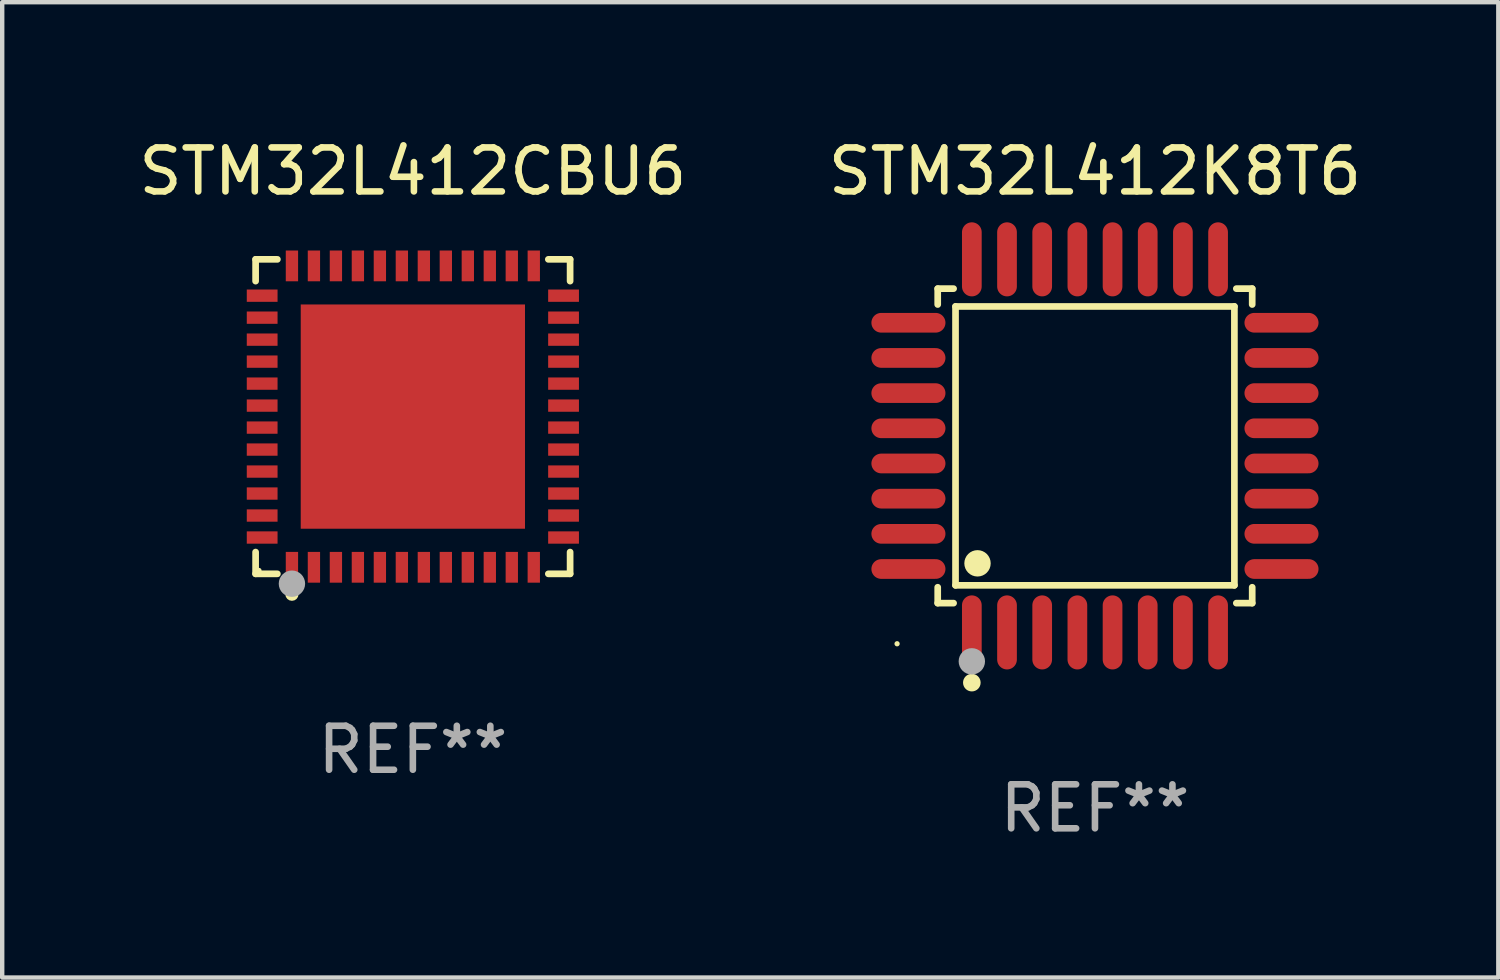
<source format=kicad_pcb>
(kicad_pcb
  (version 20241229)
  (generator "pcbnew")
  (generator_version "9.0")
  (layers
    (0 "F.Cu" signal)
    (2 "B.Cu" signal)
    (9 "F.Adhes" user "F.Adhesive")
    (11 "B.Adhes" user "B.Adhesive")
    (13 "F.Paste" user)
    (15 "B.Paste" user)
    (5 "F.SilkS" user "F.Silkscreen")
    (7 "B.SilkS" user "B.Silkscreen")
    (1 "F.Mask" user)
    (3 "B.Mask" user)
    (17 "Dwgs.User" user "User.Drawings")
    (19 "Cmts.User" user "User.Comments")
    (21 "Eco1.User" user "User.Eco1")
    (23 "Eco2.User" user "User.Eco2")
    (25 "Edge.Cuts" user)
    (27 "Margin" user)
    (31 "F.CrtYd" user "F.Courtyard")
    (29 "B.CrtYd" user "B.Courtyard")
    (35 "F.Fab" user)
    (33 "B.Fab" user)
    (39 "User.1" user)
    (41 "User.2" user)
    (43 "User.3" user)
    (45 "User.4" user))
  (footprint "STM32L412CBU6"
    (layer "F.Cu")
    (at 6.339 6.424)
    (property "Reference" "STM32L412CBU6" (at 0 -5.576 0) (layer "F.SilkS") (effects (font (size 1 1) (thickness 0.15))))
    (attr through_hole)
    (fp_line (start -3.576 -3.576) (end -3.081 -3.576) (stroke (width 0.152) (type solid)) (layer "F.SilkS"))
    (fp_line (start -3.576 -3.081) (end -3.576 -3.576) (stroke (width 0.152) (type solid)) (layer "F.SilkS"))
    (fp_line (start -3.576 3.081) (end -3.576 3.576) (stroke (width 0.152) (type solid)) (layer "F.SilkS"))
    (fp_line (start -3.576 3.576) (end -3.081 3.576) (stroke (width 0.152) (type solid)) (layer "F.SilkS"))
    (fp_line (start 3.576 -3.576) (end 3.081 -3.576) (stroke (width 0.152) (type solid)) (layer "F.SilkS"))
    (fp_line (start 3.576 -3.081) (end 3.576 -3.576) (stroke (width 0.152) (type solid)) (layer "F.SilkS"))
    (fp_line (start 3.576 3.081) (end 3.576 3.576) (stroke (width 0.152) (type solid)) (layer "F.SilkS"))
    (fp_line (start 3.576 3.576) (end 3.081 3.576) (stroke (width 0.152) (type solid)) (layer "F.SilkS"))
    (fp_circle (center -3.5 3.5) (end -3.47 3.5) (stroke (width 0.06) (type solid)) (fill no) (layer "F.SilkS"))
    (fp_circle (center -2.75 4.04) (end -2.675 4.04) (stroke (width 0.15) (type solid)) (fill no) (layer "F.SilkS"))
    (fp_circle (center -2.75 3.8) (end -2.6 3.8) (stroke (width 0.3) (type solid)) (fill no) (layer "F.Fab"))
    (fp_text user "REF**" (at 0 7.576 0) (layer "F.Fab") (effects (font (size 1 1) (thickness 0.15))))
    (pad "1" smd rect (at -2.75 3.427) (size 0.28 0.7) (layers "F.Cu" "F.Mask" "F.Paste"))
    (pad "2" smd rect (at -2.25 3.427) (size 0.28 0.7) (layers "F.Cu" "F.Mask" "F.Paste"))
    (pad "3" smd rect (at -1.75 3.427) (size 0.28 0.7) (layers "F.Cu" "F.Mask" "F.Paste"))
    (pad "4" smd rect (at -1.25 3.427) (size 0.28 0.7) (layers "F.Cu" "F.Mask" "F.Paste"))
    (pad "5" smd rect (at -0.75 3.427) (size 0.28 0.7) (layers "F.Cu" "F.Mask" "F.Paste"))
    (pad "6" smd rect (at -0.25 3.427) (size 0.28 0.7) (layers "F.Cu" "F.Mask" "F.Paste"))
    (pad "7" smd rect (at 0.25 3.427) (size 0.28 0.7) (layers "F.Cu" "F.Mask" "F.Paste"))
    (pad "8" smd rect (at 0.75 3.427) (size 0.28 0.7) (layers "F.Cu" "F.Mask" "F.Paste"))
    (pad "9" smd rect (at 1.25 3.427) (size 0.28 0.7) (layers "F.Cu" "F.Mask" "F.Paste"))
    (pad "10" smd rect (at 1.75 3.427) (size 0.28 0.7) (layers "F.Cu" "F.Mask" "F.Paste"))
    (pad "11" smd rect (at 2.25 3.427) (size 0.28 0.7) (layers "F.Cu" "F.Mask" "F.Paste"))
    (pad "12" smd rect (at 2.75 3.427) (size 0.28 0.7) (layers "F.Cu" "F.Mask" "F.Paste"))
    (pad "13" smd rect (at 3.427 2.75) (size 0.7 0.28) (layers "F.Cu" "F.Mask" "F.Paste"))
    (pad "14" smd rect (at 3.427 2.25) (size 0.7 0.28) (layers "F.Cu" "F.Mask" "F.Paste"))
    (pad "15" smd rect (at 3.427 1.75) (size 0.7 0.28) (layers "F.Cu" "F.Mask" "F.Paste"))
    (pad "16" smd rect (at 3.427 1.25) (size 0.7 0.28) (layers "F.Cu" "F.Mask" "F.Paste"))
    (pad "17" smd rect (at 3.427 0.75) (size 0.7 0.28) (layers "F.Cu" "F.Mask" "F.Paste"))
    (pad "18" smd rect (at 3.427 0.25) (size 0.7 0.28) (layers "F.Cu" "F.Mask" "F.Paste"))
    (pad "19" smd rect (at 3.427 -0.25) (size 0.7 0.28) (layers "F.Cu" "F.Mask" "F.Paste"))
    (pad "20" smd rect (at 3.427 -0.75) (size 0.7 0.28) (layers "F.Cu" "F.Mask" "F.Paste"))
    (pad "21" smd rect (at 3.427 -1.25) (size 0.7 0.28) (layers "F.Cu" "F.Mask" "F.Paste"))
    (pad "22" smd rect (at 3.427 -1.75) (size 0.7 0.28) (layers "F.Cu" "F.Mask" "F.Paste"))
    (pad "23" smd rect (at 3.427 -2.25) (size 0.7 0.28) (layers "F.Cu" "F.Mask" "F.Paste"))
    (pad "24" smd rect (at 3.427 -2.75) (size 0.7 0.28) (layers "F.Cu" "F.Mask" "F.Paste"))
    (pad "25" smd rect (at 2.75 -3.427) (size 0.28 0.7) (layers "F.Cu" "F.Mask" "F.Paste"))
    (pad "26" smd rect (at 2.25 -3.427) (size 0.28 0.7) (layers "F.Cu" "F.Mask" "F.Paste"))
    (pad "27" smd rect (at 1.75 -3.427) (size 0.28 0.7) (layers "F.Cu" "F.Mask" "F.Paste"))
    (pad "28" smd rect (at 1.25 -3.427) (size 0.28 0.7) (layers "F.Cu" "F.Mask" "F.Paste"))
    (pad "29" smd rect (at 0.75 -3.427) (size 0.28 0.7) (layers "F.Cu" "F.Mask" "F.Paste"))
    (pad "30" smd rect (at 0.25 -3.427) (size 0.28 0.7) (layers "F.Cu" "F.Mask" "F.Paste"))
    (pad "31" smd rect (at -0.25 -3.427) (size 0.28 0.7) (layers "F.Cu" "F.Mask" "F.Paste"))
    (pad "32" smd rect (at -0.75 -3.427) (size 0.28 0.7) (layers "F.Cu" "F.Mask" "F.Paste"))
    (pad "33" smd rect (at -1.25 -3.427) (size 0.28 0.7) (layers "F.Cu" "F.Mask" "F.Paste"))
    (pad "34" smd rect (at -1.75 -3.427) (size 0.28 0.7) (layers "F.Cu" "F.Mask" "F.Paste"))
    (pad "35" smd rect (at -2.25 -3.427) (size 0.28 0.7) (layers "F.Cu" "F.Mask" "F.Paste"))
    (pad "36" smd rect (at -2.75 -3.427) (size 0.28 0.7) (layers "F.Cu" "F.Mask" "F.Paste"))
    (pad "37" smd rect (at -3.427 -2.75) (size 0.7 0.28) (layers "F.Cu" "F.Mask" "F.Paste"))
    (pad "38" smd rect (at -3.427 -2.25) (size 0.7 0.28) (layers "F.Cu" "F.Mask" "F.Paste"))
    (pad "39" smd rect (at -3.427 -1.75) (size 0.7 0.28) (layers "F.Cu" "F.Mask" "F.Paste"))
    (pad "40" smd rect (at -3.427 -1.25) (size 0.7 0.28) (layers "F.Cu" "F.Mask" "F.Paste"))
    (pad "41" smd rect (at -3.427 -0.75) (size 0.7 0.28) (layers "F.Cu" "F.Mask" "F.Paste"))
    (pad "42" smd rect (at -3.427 -0.25) (size 0.7 0.28) (layers "F.Cu" "F.Mask" "F.Paste"))
    (pad "43" smd rect (at -3.427 0.25) (size 0.7 0.28) (layers "F.Cu" "F.Mask" "F.Paste"))
    (pad "44" smd rect (at -3.427 0.75) (size 0.7 0.28) (layers "F.Cu" "F.Mask" "F.Paste"))
    (pad "45" smd rect (at -3.427 1.25) (size 0.7 0.28) (layers "F.Cu" "F.Mask" "F.Paste"))
    (pad "46" smd rect (at -3.427 1.75) (size 0.7 0.28) (layers "F.Cu" "F.Mask" "F.Paste"))
    (pad "47" smd rect (at -3.427 2.25) (size 0.7 0.28) (layers "F.Cu" "F.Mask" "F.Paste"))
    (pad "48" smd rect (at -3.427 2.75) (size 0.7 0.28) (layers "F.Cu" "F.Mask" "F.Paste"))
    (pad "49" smd rect (at 0 0) (size 5.1 5.1) (layers "F.Cu" "F.Mask" "F.Paste")))
  (footprint "STM32L412K8T6"
    (layer "F.Cu")
    (at 21.851 7.09)
    (property "Reference" "STM32L412K8T6" (at 0 -6.242 0) (layer "F.SilkS") (effects (font (size 1 1) (thickness 0.15))))
    (attr through_hole)
    (fp_line (start -3.576 -3.576) (end -3.215 -3.576) (stroke (width 0.152) (type solid)) (layer "F.SilkS"))
    (fp_line (start -3.576 -3.215) (end -3.576 -3.576) (stroke (width 0.152) (type solid)) (layer "F.SilkS"))
    (fp_line (start -3.576 3.215) (end -3.576 3.576) (stroke (width 0.152) (type solid)) (layer "F.SilkS"))
    (fp_line (start -3.576 3.576) (end -3.215 3.576) (stroke (width 0.152) (type solid)) (layer "F.SilkS"))
    (fp_line (start -3.171 -3.171) (end 3.171 -3.171) (stroke (width 0.152) (type solid)) (layer "F.SilkS"))
    (fp_line (start -3.171 3.171) (end -3.171 -3.171) (stroke (width 0.152) (type solid)) (layer "F.SilkS"))
    (fp_line (start 3.171 -3.171) (end 3.171 3.171) (stroke (width 0.152) (type solid)) (layer "F.SilkS"))
    (fp_line (start 3.171 3.171) (end -3.171 3.171) (stroke (width 0.152) (type solid)) (layer "F.SilkS"))
    (fp_line (start 3.576 -3.576) (end 3.215 -3.576) (stroke (width 0.152) (type solid)) (layer "F.SilkS"))
    (fp_line (start 3.576 -3.215) (end 3.576 -3.576) (stroke (width 0.152) (type solid)) (layer "F.SilkS"))
    (fp_line (start 3.576 3.215) (end 3.576 3.576) (stroke (width 0.152) (type solid)) (layer "F.SilkS"))
    (fp_line (start 3.576 3.576) (end 3.215 3.576) (stroke (width 0.152) (type solid)) (layer "F.SilkS"))
    (fp_circle (center -4.5 4.5) (end -4.47 4.5) (stroke (width 0.06) (type solid)) (fill no) (layer "F.SilkS"))
    (fp_circle (center -2.8 5.384) (end -2.7 5.384) (stroke (width 0.2) (type solid)) (fill no) (layer "F.SilkS"))
    (fp_circle (center -2.671 2.671) (end -2.521 2.671) (stroke (width 0.3) (type solid)) (fill no) (layer "F.SilkS"))
    (fp_circle (center -2.8 4.9) (end -2.65 4.9) (stroke (width 0.3) (type solid)) (fill no) (layer "F.Fab"))
    (fp_text user "REF**" (at 0 8.242 0) (layer "F.Fab") (effects (font (size 1 1) (thickness 0.15))))
    (pad "1" smd oval (at -2.8 4.242) (size 0.448 1.684) (layers "F.Cu" "F.Mask" "F.Paste"))
    (pad "2" smd oval (at -2 4.242) (size 0.448 1.684) (layers "F.Cu" "F.Mask" "F.Paste"))
    (pad "3" smd oval (at -1.2 4.242) (size 0.448 1.684) (layers "F.Cu" "F.Mask" "F.Paste"))
    (pad "4" smd oval (at -0.4 4.242) (size 0.448 1.684) (layers "F.Cu" "F.Mask" "F.Paste"))
    (pad "5" smd oval (at 0.4 4.242) (size 0.448 1.684) (layers "F.Cu" "F.Mask" "F.Paste"))
    (pad "6" smd oval (at 1.2 4.242) (size 0.448 1.684) (layers "F.Cu" "F.Mask" "F.Paste"))
    (pad "7" smd oval (at 2 4.242) (size 0.448 1.684) (layers "F.Cu" "F.Mask" "F.Paste"))
    (pad "8" smd oval (at 2.8 4.242) (size 0.448 1.684) (layers "F.Cu" "F.Mask" "F.Paste"))
    (pad "9" smd oval (at 4.242 2.8) (size 1.684 0.448) (layers "F.Cu" "F.Mask" "F.Paste"))
    (pad "10" smd oval (at 4.242 2) (size 1.684 0.448) (layers "F.Cu" "F.Mask" "F.Paste"))
    (pad "11" smd oval (at 4.242 1.2) (size 1.684 0.448) (layers "F.Cu" "F.Mask" "F.Paste"))
    (pad "12" smd oval (at 4.242 0.4) (size 1.684 0.448) (layers "F.Cu" "F.Mask" "F.Paste"))
    (pad "13" smd oval (at 4.242 -0.4) (size 1.684 0.448) (layers "F.Cu" "F.Mask" "F.Paste"))
    (pad "14" smd oval (at 4.242 -1.2) (size 1.684 0.448) (layers "F.Cu" "F.Mask" "F.Paste"))
    (pad "15" smd oval (at 4.242 -2) (size 1.684 0.448) (layers "F.Cu" "F.Mask" "F.Paste"))
    (pad "16" smd oval (at 4.242 -2.8) (size 1.684 0.448) (layers "F.Cu" "F.Mask" "F.Paste"))
    (pad "17" smd oval (at 2.8 -4.242) (size 0.448 1.684) (layers "F.Cu" "F.Mask" "F.Paste"))
    (pad "18" smd oval (at 2 -4.242) (size 0.448 1.684) (layers "F.Cu" "F.Mask" "F.Paste"))
    (pad "19" smd oval (at 1.2 -4.242) (size 0.448 1.684) (layers "F.Cu" "F.Mask" "F.Paste"))
    (pad "20" smd oval (at 0.4 -4.242) (size 0.448 1.684) (layers "F.Cu" "F.Mask" "F.Paste"))
    (pad "21" smd oval (at -0.4 -4.242) (size 0.448 1.684) (layers "F.Cu" "F.Mask" "F.Paste"))
    (pad "22" smd oval (at -1.2 -4.242) (size 0.448 1.684) (layers "F.Cu" "F.Mask" "F.Paste"))
    (pad "23" smd oval (at -2 -4.242) (size 0.448 1.684) (layers "F.Cu" "F.Mask" "F.Paste"))
    (pad "24" smd oval (at -2.8 -4.242) (size 0.448 1.684) (layers "F.Cu" "F.Mask" "F.Paste"))
    (pad "25" smd oval (at -4.242 -2.8) (size 1.684 0.448) (layers "F.Cu" "F.Mask" "F.Paste"))
    (pad "26" smd oval (at -4.242 -2) (size 1.684 0.448) (layers "F.Cu" "F.Mask" "F.Paste"))
    (pad "27" smd oval (at -4.242 -1.2) (size 1.684 0.448) (layers "F.Cu" "F.Mask" "F.Paste"))
    (pad "28" smd oval (at -4.242 -0.4) (size 1.684 0.448) (layers "F.Cu" "F.Mask" "F.Paste"))
    (pad "29" smd oval (at -4.242 0.4) (size 1.684 0.448) (layers "F.Cu" "F.Mask" "F.Paste"))
    (pad "30" smd oval (at -4.242 1.2) (size 1.684 0.448) (layers "F.Cu" "F.Mask" "F.Paste"))
    (pad "31" smd oval (at -4.242 2) (size 1.684 0.448) (layers "F.Cu" "F.Mask" "F.Paste"))
    (pad "32" smd oval (at -4.242 2.8) (size 1.684 0.448) (layers "F.Cu" "F.Mask" "F.Paste")))
  (gr_rect
    (start -3 -3)
    (end 31.024 19.181)
    (stroke (width 0.1) (type default))
    (fill no)
    (layer "Edge.Cuts")))
</source>
